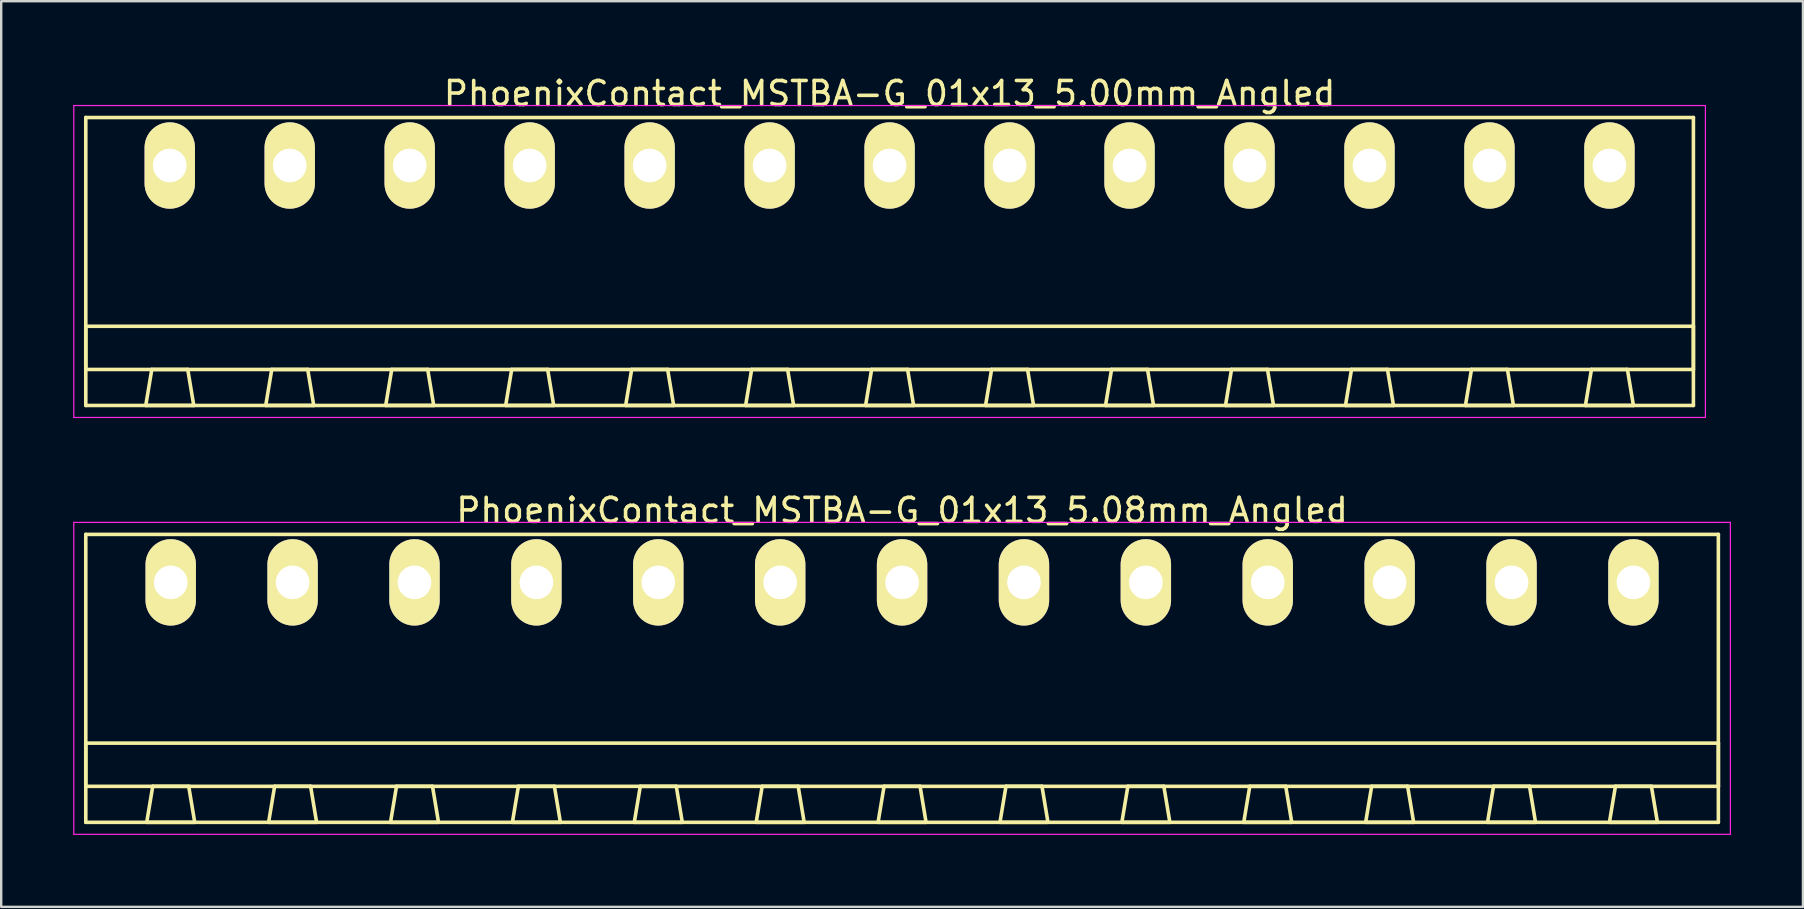
<source format=kicad_pcb>
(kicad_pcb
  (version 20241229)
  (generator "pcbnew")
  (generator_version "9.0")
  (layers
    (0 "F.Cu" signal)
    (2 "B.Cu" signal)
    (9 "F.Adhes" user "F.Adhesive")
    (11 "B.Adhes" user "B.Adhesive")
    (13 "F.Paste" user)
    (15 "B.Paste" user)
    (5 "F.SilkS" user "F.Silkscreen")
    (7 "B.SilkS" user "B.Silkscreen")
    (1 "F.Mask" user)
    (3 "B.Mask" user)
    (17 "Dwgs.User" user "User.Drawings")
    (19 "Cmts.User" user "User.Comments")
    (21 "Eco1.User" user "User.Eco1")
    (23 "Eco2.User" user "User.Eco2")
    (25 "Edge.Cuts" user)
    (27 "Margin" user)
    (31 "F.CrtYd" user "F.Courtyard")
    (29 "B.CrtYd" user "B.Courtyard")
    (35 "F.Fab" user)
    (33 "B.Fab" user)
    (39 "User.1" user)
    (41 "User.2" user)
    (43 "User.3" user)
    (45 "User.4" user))
  (footprint "PhoenixContact_MSTBA-G_01x13_5.08mm_Angled"
    (layer "F.Cu")
    (at 4.065 21.221)
    (property "Reference" "PhoenixContact_MSTBA-G_01x13_5.08mm_Angled" (at 30.48 -3 0) (layer "F.SilkS") (effects (font (size 1 1) (thickness 0.15))))
    (attr through_hole)
    (fp_line (start -3.54 -2) (end -3.54 10) (stroke (width 0.15) (type solid)) (layer "F.SilkS"))
    (fp_line (start -3.54 6.7) (end 64.5 6.7) (stroke (width 0.15) (type solid)) (layer "F.SilkS"))
    (fp_line (start -3.54 8.5) (end -3.54 6.7) (stroke (width 0.15) (type solid)) (layer "F.SilkS"))
    (fp_line (start -3.54 10) (end 64.5 10) (stroke (width 0.15) (type solid)) (layer "F.SilkS"))
    (fp_line (start -1 10) (end 1 10) (stroke (width 0.15) (type solid)) (layer "F.SilkS"))
    (fp_line (start -0.75 8.5) (end -1 10) (stroke (width 0.15) (type solid)) (layer "F.SilkS"))
    (fp_line (start 0.75 8.5) (end -0.75 8.5) (stroke (width 0.15) (type solid)) (layer "F.SilkS"))
    (fp_line (start 1 10) (end 0.75 8.5) (stroke (width 0.15) (type solid)) (layer "F.SilkS"))
    (fp_line (start 4.08 10) (end 6.08 10) (stroke (width 0.15) (type solid)) (layer "F.SilkS"))
    (fp_line (start 4.33 8.5) (end 4.08 10) (stroke (width 0.15) (type solid)) (layer "F.SilkS"))
    (fp_line (start 5.83 8.5) (end 4.33 8.5) (stroke (width 0.15) (type solid)) (layer "F.SilkS"))
    (fp_line (start 6.08 10) (end 5.83 8.5) (stroke (width 0.15) (type solid)) (layer "F.SilkS"))
    (fp_line (start 9.16 10) (end 11.16 10) (stroke (width 0.15) (type solid)) (layer "F.SilkS"))
    (fp_line (start 9.41 8.5) (end 9.16 10) (stroke (width 0.15) (type solid)) (layer "F.SilkS"))
    (fp_line (start 10.91 8.5) (end 9.41 8.5) (stroke (width 0.15) (type solid)) (layer "F.SilkS"))
    (fp_line (start 11.16 10) (end 10.91 8.5) (stroke (width 0.15) (type solid)) (layer "F.SilkS"))
    (fp_line (start 14.24 10) (end 16.24 10) (stroke (width 0.15) (type solid)) (layer "F.SilkS"))
    (fp_line (start 14.49 8.5) (end 14.24 10) (stroke (width 0.15) (type solid)) (layer "F.SilkS"))
    (fp_line (start 15.99 8.5) (end 14.49 8.5) (stroke (width 0.15) (type solid)) (layer "F.SilkS"))
    (fp_line (start 16.24 10) (end 15.99 8.5) (stroke (width 0.15) (type solid)) (layer "F.SilkS"))
    (fp_line (start 19.32 10) (end 21.32 10) (stroke (width 0.15) (type solid)) (layer "F.SilkS"))
    (fp_line (start 19.57 8.5) (end 19.32 10) (stroke (width 0.15) (type solid)) (layer "F.SilkS"))
    (fp_line (start 21.07 8.5) (end 19.57 8.5) (stroke (width 0.15) (type solid)) (layer "F.SilkS"))
    (fp_line (start 21.32 10) (end 21.07 8.5) (stroke (width 0.15) (type solid)) (layer "F.SilkS"))
    (fp_line (start 24.4 10) (end 26.4 10) (stroke (width 0.15) (type solid)) (layer "F.SilkS"))
    (fp_line (start 24.65 8.5) (end 24.4 10) (stroke (width 0.15) (type solid)) (layer "F.SilkS"))
    (fp_line (start 26.15 8.5) (end 24.65 8.5) (stroke (width 0.15) (type solid)) (layer "F.SilkS"))
    (fp_line (start 26.4 10) (end 26.15 8.5) (stroke (width 0.15) (type solid)) (layer "F.SilkS"))
    (fp_line (start 29.48 10) (end 31.48 10) (stroke (width 0.15) (type solid)) (layer "F.SilkS"))
    (fp_line (start 29.73 8.5) (end 29.48 10) (stroke (width 0.15) (type solid)) (layer "F.SilkS"))
    (fp_line (start 31.23 8.5) (end 29.73 8.5) (stroke (width 0.15) (type solid)) (layer "F.SilkS"))
    (fp_line (start 31.48 10) (end 31.23 8.5) (stroke (width 0.15) (type solid)) (layer "F.SilkS"))
    (fp_line (start 34.56 10) (end 36.56 10) (stroke (width 0.15) (type solid)) (layer "F.SilkS"))
    (fp_line (start 34.81 8.5) (end 34.56 10) (stroke (width 0.15) (type solid)) (layer "F.SilkS"))
    (fp_line (start 36.31 8.5) (end 34.81 8.5) (stroke (width 0.15) (type solid)) (layer "F.SilkS"))
    (fp_line (start 36.56 10) (end 36.31 8.5) (stroke (width 0.15) (type solid)) (layer "F.SilkS"))
    (fp_line (start 39.64 10) (end 41.64 10) (stroke (width 0.15) (type solid)) (layer "F.SilkS"))
    (fp_line (start 39.89 8.5) (end 39.64 10) (stroke (width 0.15) (type solid)) (layer "F.SilkS"))
    (fp_line (start 41.39 8.5) (end 39.89 8.5) (stroke (width 0.15) (type solid)) (layer "F.SilkS"))
    (fp_line (start 41.64 10) (end 41.39 8.5) (stroke (width 0.15) (type solid)) (layer "F.SilkS"))
    (fp_line (start 44.72 10) (end 46.72 10) (stroke (width 0.15) (type solid)) (layer "F.SilkS"))
    (fp_line (start 44.97 8.5) (end 44.72 10) (stroke (width 0.15) (type solid)) (layer "F.SilkS"))
    (fp_line (start 46.47 8.5) (end 44.97 8.5) (stroke (width 0.15) (type solid)) (layer "F.SilkS"))
    (fp_line (start 46.72 10) (end 46.47 8.5) (stroke (width 0.15) (type solid)) (layer "F.SilkS"))
    (fp_line (start 49.8 10) (end 51.8 10) (stroke (width 0.15) (type solid)) (layer "F.SilkS"))
    (fp_line (start 50.05 8.5) (end 49.8 10) (stroke (width 0.15) (type solid)) (layer "F.SilkS"))
    (fp_line (start 51.55 8.5) (end 50.05 8.5) (stroke (width 0.15) (type solid)) (layer "F.SilkS"))
    (fp_line (start 51.8 10) (end 51.55 8.5) (stroke (width 0.15) (type solid)) (layer "F.SilkS"))
    (fp_line (start 54.88 10) (end 56.88 10) (stroke (width 0.15) (type solid)) (layer "F.SilkS"))
    (fp_line (start 55.13 8.5) (end 54.88 10) (stroke (width 0.15) (type solid)) (layer "F.SilkS"))
    (fp_line (start 56.63 8.5) (end 55.13 8.5) (stroke (width 0.15) (type solid)) (layer "F.SilkS"))
    (fp_line (start 56.88 10) (end 56.63 8.5) (stroke (width 0.15) (type solid)) (layer "F.SilkS"))
    (fp_line (start 59.96 10) (end 61.96 10) (stroke (width 0.15) (type solid)) (layer "F.SilkS"))
    (fp_line (start 60.21 8.5) (end 59.96 10) (stroke (width 0.15) (type solid)) (layer "F.SilkS"))
    (fp_line (start 61.71 8.5) (end 60.21 8.5) (stroke (width 0.15) (type solid)) (layer "F.SilkS"))
    (fp_line (start 61.96 10) (end 61.71 8.5) (stroke (width 0.15) (type solid)) (layer "F.SilkS"))
    (fp_line (start 64.5 -2) (end -3.54 -2) (stroke (width 0.15) (type solid)) (layer "F.SilkS"))
    (fp_line (start 64.5 6.7) (end 64.5 8.5) (stroke (width 0.15) (type solid)) (layer "F.SilkS"))
    (fp_line (start 64.5 8.5) (end -3.54 8.5) (stroke (width 0.15) (type solid)) (layer "F.SilkS"))
    (fp_line (start 64.5 10) (end 64.5 -2) (stroke (width 0.15) (type solid)) (layer "F.SilkS"))
    (fp_line (start -4.04 -2.5) (end -4.04 10.5) (stroke (width 0.05) (type solid)) (layer "F.CrtYd"))
    (fp_line (start -4.04 10.5) (end 65 10.5) (stroke (width 0.05) (type solid)) (layer "F.CrtYd"))
    (fp_line (start 65 -2.5) (end -4.04 -2.5) (stroke (width 0.05) (type solid)) (layer "F.CrtYd"))
    (fp_line (start 65 10.5) (end 65 -2.5) (stroke (width 0.05) (type solid)) (layer "F.CrtYd"))
    (pad "1" thru_hole oval (at 0 0) (size 2.1 3.6) (drill 1.4) (layers "*.Cu" "*.Mask" "F.SilkS"))
    (pad "2" thru_hole oval (at 5.08 0) (size 2.1 3.6) (drill 1.4) (layers "*.Cu" "*.Mask" "F.SilkS"))
    (pad "3" thru_hole oval (at 10.16 0) (size 2.1 3.6) (drill 1.4) (layers "*.Cu" "*.Mask" "F.SilkS"))
    (pad "4" thru_hole oval (at 15.24 0) (size 2.1 3.6) (drill 1.4) (layers "*.Cu" "*.Mask" "F.SilkS"))
    (pad "5" thru_hole oval (at 20.32 0) (size 2.1 3.6) (drill 1.4) (layers "*.Cu" "*.Mask" "F.SilkS"))
    (pad "6" thru_hole oval (at 25.4 0) (size 2.1 3.6) (drill 1.4) (layers "*.Cu" "*.Mask" "F.SilkS"))
    (pad "7" thru_hole oval (at 30.48 0) (size 2.1 3.6) (drill 1.4) (layers "*.Cu" "*.Mask" "F.SilkS"))
    (pad "8" thru_hole oval (at 35.56 0) (size 2.1 3.6) (drill 1.4) (layers "*.Cu" "*.Mask" "F.SilkS"))
    (pad "9" thru_hole oval (at 40.64 0) (size 2.1 3.6) (drill 1.4) (layers "*.Cu" "*.Mask" "F.SilkS"))
    (pad "10" thru_hole oval (at 45.72 0) (size 2.1 3.6) (drill 1.4) (layers "*.Cu" "*.Mask" "F.SilkS"))
    (pad "11" thru_hole oval (at 50.8 0) (size 2.1 3.6) (drill 1.4) (layers "*.Cu" "*.Mask" "F.SilkS"))
    (pad "12" thru_hole oval (at 55.88 0) (size 2.1 3.6) (drill 1.4) (layers "*.Cu" "*.Mask" "F.SilkS"))
    (pad "13" thru_hole oval (at 60.96 0) (size 2.1 3.6) (drill 1.4) (layers "*.Cu" "*.Mask" "F.SilkS")))
  (footprint "PhoenixContact_MSTBA-G_01x13_5.00mm_Angled"
    (layer "F.Cu")
    (at 4.025 3.848)
    (property "Reference" "PhoenixContact_MSTBA-G_01x13_5.00mm_Angled" (at 30 -3 0) (layer "F.SilkS") (effects (font (size 1 1) (thickness 0.15))))
    (attr through_hole)
    (fp_line (start -3.5 -2) (end -3.5 10) (stroke (width 0.15) (type solid)) (layer "F.SilkS"))
    (fp_line (start -3.5 6.7) (end 63.5 6.7) (stroke (width 0.15) (type solid)) (layer "F.SilkS"))
    (fp_line (start -3.5 8.5) (end -3.5 6.7) (stroke (width 0.15) (type solid)) (layer "F.SilkS"))
    (fp_line (start -3.5 10) (end 63.5 10) (stroke (width 0.15) (type solid)) (layer "F.SilkS"))
    (fp_line (start -1 10) (end 1 10) (stroke (width 0.15) (type solid)) (layer "F.SilkS"))
    (fp_line (start -0.75 8.5) (end -1 10) (stroke (width 0.15) (type solid)) (layer "F.SilkS"))
    (fp_line (start 0.75 8.5) (end -0.75 8.5) (stroke (width 0.15) (type solid)) (layer "F.SilkS"))
    (fp_line (start 1 10) (end 0.75 8.5) (stroke (width 0.15) (type solid)) (layer "F.SilkS"))
    (fp_line (start 4 10) (end 6 10) (stroke (width 0.15) (type solid)) (layer "F.SilkS"))
    (fp_line (start 4.25 8.5) (end 4 10) (stroke (width 0.15) (type solid)) (layer "F.SilkS"))
    (fp_line (start 5.75 8.5) (end 4.25 8.5) (stroke (width 0.15) (type solid)) (layer "F.SilkS"))
    (fp_line (start 6 10) (end 5.75 8.5) (stroke (width 0.15) (type solid)) (layer "F.SilkS"))
    (fp_line (start 9 10) (end 11 10) (stroke (width 0.15) (type solid)) (layer "F.SilkS"))
    (fp_line (start 9.25 8.5) (end 9 10) (stroke (width 0.15) (type solid)) (layer "F.SilkS"))
    (fp_line (start 10.75 8.5) (end 9.25 8.5) (stroke (width 0.15) (type solid)) (layer "F.SilkS"))
    (fp_line (start 11 10) (end 10.75 8.5) (stroke (width 0.15) (type solid)) (layer "F.SilkS"))
    (fp_line (start 14 10) (end 16 10) (stroke (width 0.15) (type solid)) (layer "F.SilkS"))
    (fp_line (start 14.25 8.5) (end 14 10) (stroke (width 0.15) (type solid)) (layer "F.SilkS"))
    (fp_line (start 15.75 8.5) (end 14.25 8.5) (stroke (width 0.15) (type solid)) (layer "F.SilkS"))
    (fp_line (start 16 10) (end 15.75 8.5) (stroke (width 0.15) (type solid)) (layer "F.SilkS"))
    (fp_line (start 19 10) (end 21 10) (stroke (width 0.15) (type solid)) (layer "F.SilkS"))
    (fp_line (start 19.25 8.5) (end 19 10) (stroke (width 0.15) (type solid)) (layer "F.SilkS"))
    (fp_line (start 20.75 8.5) (end 19.25 8.5) (stroke (width 0.15) (type solid)) (layer "F.SilkS"))
    (fp_line (start 21 10) (end 20.75 8.5) (stroke (width 0.15) (type solid)) (layer "F.SilkS"))
    (fp_line (start 24 10) (end 26 10) (stroke (width 0.15) (type solid)) (layer "F.SilkS"))
    (fp_line (start 24.25 8.5) (end 24 10) (stroke (width 0.15) (type solid)) (layer "F.SilkS"))
    (fp_line (start 25.75 8.5) (end 24.25 8.5) (stroke (width 0.15) (type solid)) (layer "F.SilkS"))
    (fp_line (start 26 10) (end 25.75 8.5) (stroke (width 0.15) (type solid)) (layer "F.SilkS"))
    (fp_line (start 29 10) (end 31 10) (stroke (width 0.15) (type solid)) (layer "F.SilkS"))
    (fp_line (start 29.25 8.5) (end 29 10) (stroke (width 0.15) (type solid)) (layer "F.SilkS"))
    (fp_line (start 30.75 8.5) (end 29.25 8.5) (stroke (width 0.15) (type solid)) (layer "F.SilkS"))
    (fp_line (start 31 10) (end 30.75 8.5) (stroke (width 0.15) (type solid)) (layer "F.SilkS"))
    (fp_line (start 34 10) (end 36 10) (stroke (width 0.15) (type solid)) (layer "F.SilkS"))
    (fp_line (start 34.25 8.5) (end 34 10) (stroke (width 0.15) (type solid)) (layer "F.SilkS"))
    (fp_line (start 35.75 8.5) (end 34.25 8.5) (stroke (width 0.15) (type solid)) (layer "F.SilkS"))
    (fp_line (start 36 10) (end 35.75 8.5) (stroke (width 0.15) (type solid)) (layer "F.SilkS"))
    (fp_line (start 39 10) (end 41 10) (stroke (width 0.15) (type solid)) (layer "F.SilkS"))
    (fp_line (start 39.25 8.5) (end 39 10) (stroke (width 0.15) (type solid)) (layer "F.SilkS"))
    (fp_line (start 40.75 8.5) (end 39.25 8.5) (stroke (width 0.15) (type solid)) (layer "F.SilkS"))
    (fp_line (start 41 10) (end 40.75 8.5) (stroke (width 0.15) (type solid)) (layer "F.SilkS"))
    (fp_line (start 44 10) (end 46 10) (stroke (width 0.15) (type solid)) (layer "F.SilkS"))
    (fp_line (start 44.25 8.5) (end 44 10) (stroke (width 0.15) (type solid)) (layer "F.SilkS"))
    (fp_line (start 45.75 8.5) (end 44.25 8.5) (stroke (width 0.15) (type solid)) (layer "F.SilkS"))
    (fp_line (start 46 10) (end 45.75 8.5) (stroke (width 0.15) (type solid)) (layer "F.SilkS"))
    (fp_line (start 49 10) (end 51 10) (stroke (width 0.15) (type solid)) (layer "F.SilkS"))
    (fp_line (start 49.25 8.5) (end 49 10) (stroke (width 0.15) (type solid)) (layer "F.SilkS"))
    (fp_line (start 50.75 8.5) (end 49.25 8.5) (stroke (width 0.15) (type solid)) (layer "F.SilkS"))
    (fp_line (start 51 10) (end 50.75 8.5) (stroke (width 0.15) (type solid)) (layer "F.SilkS"))
    (fp_line (start 54 10) (end 56 10) (stroke (width 0.15) (type solid)) (layer "F.SilkS"))
    (fp_line (start 54.25 8.5) (end 54 10) (stroke (width 0.15) (type solid)) (layer "F.SilkS"))
    (fp_line (start 55.75 8.5) (end 54.25 8.5) (stroke (width 0.15) (type solid)) (layer "F.SilkS"))
    (fp_line (start 56 10) (end 55.75 8.5) (stroke (width 0.15) (type solid)) (layer "F.SilkS"))
    (fp_line (start 59 10) (end 61 10) (stroke (width 0.15) (type solid)) (layer "F.SilkS"))
    (fp_line (start 59.25 8.5) (end 59 10) (stroke (width 0.15) (type solid)) (layer "F.SilkS"))
    (fp_line (start 60.75 8.5) (end 59.25 8.5) (stroke (width 0.15) (type solid)) (layer "F.SilkS"))
    (fp_line (start 61 10) (end 60.75 8.5) (stroke (width 0.15) (type solid)) (layer "F.SilkS"))
    (fp_line (start 63.5 -2) (end -3.5 -2) (stroke (width 0.15) (type solid)) (layer "F.SilkS"))
    (fp_line (start 63.5 6.7) (end 63.5 8.5) (stroke (width 0.15) (type solid)) (layer "F.SilkS"))
    (fp_line (start 63.5 8.5) (end -3.5 8.5) (stroke (width 0.15) (type solid)) (layer "F.SilkS"))
    (fp_line (start 63.5 10) (end 63.5 -2) (stroke (width 0.15) (type solid)) (layer "F.SilkS"))
    (fp_line (start -4 -2.5) (end -4 10.5) (stroke (width 0.05) (type solid)) (layer "F.CrtYd"))
    (fp_line (start -4 10.5) (end 64 10.5) (stroke (width 0.05) (type solid)) (layer "F.CrtYd"))
    (fp_line (start 64 -2.5) (end -4 -2.5) (stroke (width 0.05) (type solid)) (layer "F.CrtYd"))
    (fp_line (start 64 10.5) (end 64 -2.5) (stroke (width 0.05) (type solid)) (layer "F.CrtYd"))
    (pad "1" thru_hole oval (at 0 0) (size 2.1 3.6) (drill 1.4) (layers "*.Cu" "*.Mask" "F.SilkS"))
    (pad "2" thru_hole oval (at 5 0) (size 2.1 3.6) (drill 1.4) (layers "*.Cu" "*.Mask" "F.SilkS"))
    (pad "3" thru_hole oval (at 10 0) (size 2.1 3.6) (drill 1.4) (layers "*.Cu" "*.Mask" "F.SilkS"))
    (pad "4" thru_hole oval (at 15 0) (size 2.1 3.6) (drill 1.4) (layers "*.Cu" "*.Mask" "F.SilkS"))
    (pad "5" thru_hole oval (at 20 0) (size 2.1 3.6) (drill 1.4) (layers "*.Cu" "*.Mask" "F.SilkS"))
    (pad "6" thru_hole oval (at 25 0) (size 2.1 3.6) (drill 1.4) (layers "*.Cu" "*.Mask" "F.SilkS"))
    (pad "7" thru_hole oval (at 30 0) (size 2.1 3.6) (drill 1.4) (layers "*.Cu" "*.Mask" "F.SilkS"))
    (pad "8" thru_hole oval (at 35 0) (size 2.1 3.6) (drill 1.4) (layers "*.Cu" "*.Mask" "F.SilkS"))
    (pad "9" thru_hole oval (at 40 0) (size 2.1 3.6) (drill 1.4) (layers "*.Cu" "*.Mask" "F.SilkS"))
    (pad "10" thru_hole oval (at 45 0) (size 2.1 3.6) (drill 1.4) (layers "*.Cu" "*.Mask" "F.SilkS"))
    (pad "11" thru_hole oval (at 50 0) (size 2.1 3.6) (drill 1.4) (layers "*.Cu" "*.Mask" "F.SilkS"))
    (pad "12" thru_hole oval (at 55 0) (size 2.1 3.6) (drill 1.4) (layers "*.Cu" "*.Mask" "F.SilkS"))
    (pad "13" thru_hole oval (at 60 0) (size 2.1 3.6) (drill 1.4) (layers "*.Cu" "*.Mask" "F.SilkS")))
  (gr_rect
    (start -3 -3)
    (end 72.09 34.746)
    (stroke (width 0.1) (type default))
    (fill no)
    (layer "Edge.Cuts")))
</source>
